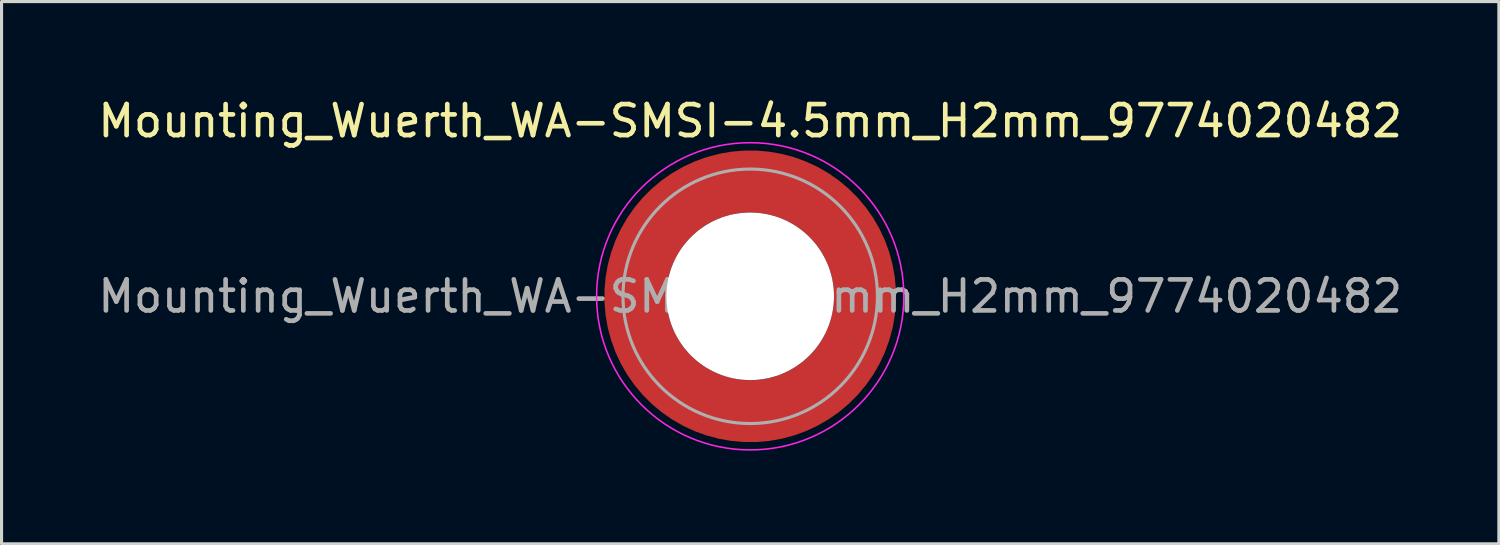
<source format=kicad_pcb>
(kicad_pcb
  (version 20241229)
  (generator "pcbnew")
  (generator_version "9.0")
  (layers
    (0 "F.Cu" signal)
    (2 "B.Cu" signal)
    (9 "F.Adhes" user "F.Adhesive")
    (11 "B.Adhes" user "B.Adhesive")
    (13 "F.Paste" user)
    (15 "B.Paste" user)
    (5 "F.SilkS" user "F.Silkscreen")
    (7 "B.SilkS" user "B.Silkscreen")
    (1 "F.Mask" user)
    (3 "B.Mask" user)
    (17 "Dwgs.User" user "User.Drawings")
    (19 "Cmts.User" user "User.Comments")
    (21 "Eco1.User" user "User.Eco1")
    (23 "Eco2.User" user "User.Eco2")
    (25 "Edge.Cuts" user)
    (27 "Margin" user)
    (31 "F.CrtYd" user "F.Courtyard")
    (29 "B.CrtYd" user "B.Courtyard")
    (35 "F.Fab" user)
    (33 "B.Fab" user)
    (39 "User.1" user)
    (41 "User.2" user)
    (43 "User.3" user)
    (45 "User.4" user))
  (footprint "Mounting_Wuerth_WA-SMSI-4.5mm_H2mm_9774020482"
    (layer "F.Cu")
    (at 21.125 6.498)
    (property "Reference" "Mounting_Wuerth_WA-SMSI-4.5mm_H2mm_9774020482" (at 0 -5.65 0) (layer "F.SilkS") (effects (font (size 1 1) (thickness 0.15))))
    (attr smd allow_soldermask_bridges)
    (fp_circle (center 0 0) (end 4.95 0) (stroke (width 0.05) (type solid)) (fill no) (layer "F.CrtYd"))
    (fp_circle (center 0 0) (end 4.1 0) (stroke (width 0.1) (type solid)) (fill no) (layer "F.Fab"))
    (fp_text user "${REFERENCE}" (at 0 0 0) (layer "F.Fab") (effects (font (size 1 1) (thickness 0.15))))
    (pad "" smd custom (at -2.607 -2.607) (size 0.948 0.948) (layers "F.Paste") (options (anchor circle)) (primitives (gr_arc (start -0.188183 2.107456) (mid 0.599273 0.599273) (end 2.107456 -0.188183) (width 0.2)) (gr_arc (start -0.289416 2.107456) (mid 0.52877 0.52877) (end 2.107456 -0.289416) (width 0.2)) (gr_arc (start -0.390547 2.107456) (mid 0.458268 0.458268) (end 2.107456 -0.390547) (width 0.2)) (gr_arc (start -0.491585 2.107456) (mid 0.387765 0.387765) (end 2.107456 -0.491585) (width 0.2)) (gr_arc (start -0.59254 2.107456) (mid 0.317262 0.317262) (end 2.107456 -0.59254) (width 0.2)) (gr_arc (start -0.693419 2.107456) (mid 0.246759 0.246759) (end 2.107456 -0.693419) (width 0.2)) (gr_arc (start -0.794229 2.107456) (mid 0.176257 0.176257) (end 2.107456 -0.794229) (width 0.2)) (gr_arc (start -0.894975 2.107456) (mid 0.105754 0.105754) (end 2.107456 -0.894975) (width 0.2)) (gr_arc (start -0.995664 2.107456) (mid 0.035251 0.035251) (end 2.107456 -0.995664) (width 0.2)) (gr_arc (start -1.0963 2.107456) (mid -0.035251 -0.035251) (end 2.107456 -1.0963) (width 0.2)) (gr_arc (start -1.196886 2.107456) (mid -0.105754 -0.105754) (end 2.107456 -1.196886) (width 0.2)) (gr_arc (start -1.297427 2.107456) (mid -0.176257 -0.176257) (end 2.107456 -1.297427) (width 0.2)) (gr_arc (start -1.397927 2.107456) (mid -0.246759 -0.246759) (end 2.107456 -1.397927) (width 0.2)) (gr_arc (start -1.498388 2.107456) (mid -0.317262 -0.317262) (end 2.107456 -1.498388) (width 0.2)) (gr_arc (start -1.598813 2.107456) (mid -0.387765 -0.387765) (end 2.107456 -1.598813) (width 0.2)) (gr_arc (start -1.699204 2.107456) (mid -0.458268 -0.458268) (end 2.107456 -1.699204) (width 0.2)) (gr_arc (start -1.799565 2.107456) (mid -0.52877 -0.52877) (end 2.107456 -1.799565) (width 0.2)) (gr_arc (start -1.899896 2.107456) (mid -0.599273 -0.599273) (end 2.107456 -1.899896) (width 0.2)) (gr_arc (start -1.899896 2.107456) (mid -0.599273 -0.599273) (end 2.107456 -1.899896) (width 0.2)) (gr_line (start 2.107 -0.188) (end 2.107 -1.9) (width 0.2)) (gr_line (start -0.188 2.107) (end -1.9 2.107) (width 0.2))))
    (pad "" smd custom (at -2.607 2.607) (size 0.948 0.948) (layers "F.Paste") (options (anchor circle)) (primitives (gr_arc (start 2.107456 0.188183) (mid 0.599273 -0.599273) (end -0.188183 -2.107456) (width 0.2)) (gr_arc (start 2.107456 0.289416) (mid 0.52877 -0.52877) (end -0.289416 -2.107456) (width 0.2)) (gr_arc (start 2.107456 0.390547) (mid 0.458268 -0.458268) (end -0.390547 -2.107456) (width 0.2)) (gr_arc (start 2.107456 0.491585) (mid 0.387765 -0.387765) (end -0.491585 -2.107456) (width 0.2)) (gr_arc (start 2.107456 0.59254) (mid 0.317262 -0.317262) (end -0.59254 -2.107456) (width 0.2)) (gr_arc (start 2.107456 0.693419) (mid 0.246759 -0.246759) (end -0.693419 -2.107456) (width 0.2)) (gr_arc (start 2.107456 0.794229) (mid 0.176257 -0.176257) (end -0.794229 -2.107456) (width 0.2)) (gr_arc (start 2.107456 0.894975) (mid 0.105754 -0.105754) (end -0.894975 -2.107456) (width 0.2)) (gr_arc (start 2.107456 0.995664) (mid 0.035251 -0.035251) (end -0.995664 -2.107456) (width 0.2)) (gr_arc (start 2.107456 1.0963) (mid -0.035251 0.035251) (end -1.0963 -2.107456) (width 0.2)) (gr_arc (start 2.107456 1.196886) (mid -0.105754 0.105754) (end -1.196886 -2.107456) (width 0.2)) (gr_arc (start 2.107456 1.297427) (mid -0.176257 0.176257) (end -1.297427 -2.107456) (width 0.2)) (gr_arc (start 2.107456 1.397927) (mid -0.246759 0.246759) (end -1.397927 -2.107456) (width 0.2)) (gr_arc (start 2.107456 1.498388) (mid -0.317262 0.317262) (end -1.498388 -2.107456) (width 0.2)) (gr_arc (start 2.107456 1.598813) (mid -0.387765 0.387765) (end -1.598813 -2.107456) (width 0.2)) (gr_arc (start 2.107456 1.699204) (mid -0.458268 0.458268) (end -1.699204 -2.107456) (width 0.2)) (gr_arc (start 2.107456 1.799565) (mid -0.52877 0.52877) (end -1.799565 -2.107456) (width 0.2)) (gr_arc (start 2.107456 1.899896) (mid -0.599273 0.599273) (end -1.899896 -2.107456) (width 0.2)) (gr_arc (start 2.107456 1.899896) (mid -0.599273 0.599273) (end -1.899896 -2.107456) (width 0.2)) (gr_line (start -0.188 -2.107) (end -1.9 -2.107) (width 0.2)) (gr_line (start 2.107 0.188) (end 2.107 1.9) (width 0.2))))
    (pad "" np_thru_hole circle (at 0 0) (size 5.4 5.4) (drill 5.4) (layers "*.Cu" "*.Mask"))
    (pad "" smd custom (at 2.607 -2.607) (size 0.948 0.948) (layers "F.Paste") (options (anchor circle)) (primitives (gr_arc (start -2.107456 -0.188183) (mid -0.599273 0.599273) (end 0.188183 2.107456) (width 0.2)) (gr_arc (start -2.107456 -0.289416) (mid -0.52877 0.52877) (end 0.289416 2.107456) (width 0.2)) (gr_arc (start -2.107456 -0.390547) (mid -0.458268 0.458268) (end 0.390547 2.107456) (width 0.2)) (gr_arc (start -2.107456 -0.491585) (mid -0.387765 0.387765) (end 0.491585 2.107456) (width 0.2)) (gr_arc (start -2.107456 -0.59254) (mid -0.317262 0.317262) (end 0.59254 2.107456) (width 0.2)) (gr_arc (start -2.107456 -0.693419) (mid -0.246759 0.246759) (end 0.693419 2.107456) (width 0.2)) (gr_arc (start -2.107456 -0.794229) (mid -0.176257 0.176257) (end 0.794229 2.107456) (width 0.2)) (gr_arc (start -2.107456 -0.894975) (mid -0.105754 0.105754) (end 0.894975 2.107456) (width 0.2)) (gr_arc (start -2.107456 -0.995664) (mid -0.035251 0.035251) (end 0.995664 2.107456) (width 0.2)) (gr_arc (start -2.107456 -1.0963) (mid 0.035251 -0.035251) (end 1.0963 2.107456) (width 0.2)) (gr_arc (start -2.107456 -1.196886) (mid 0.105754 -0.105754) (end 1.196886 2.107456) (width 0.2)) (gr_arc (start -2.107456 -1.297427) (mid 0.176257 -0.176257) (end 1.297427 2.107456) (width 0.2)) (gr_arc (start -2.107456 -1.397927) (mid 0.246759 -0.246759) (end 1.397927 2.107456) (width 0.2)) (gr_arc (start -2.107456 -1.498388) (mid 0.317262 -0.317262) (end 1.498388 2.107456) (width 0.2)) (gr_arc (start -2.107456 -1.598813) (mid 0.387765 -0.387765) (end 1.598813 2.107456) (width 0.2)) (gr_arc (start -2.107456 -1.699204) (mid 0.458268 -0.458268) (end 1.699204 2.107456) (width 0.2)) (gr_arc (start -2.107456 -1.799565) (mid 0.52877 -0.52877) (end 1.799565 2.107456) (width 0.2)) (gr_arc (start -2.107456 -1.899896) (mid 0.599273 -0.599273) (end 1.899896 2.107456) (width 0.2)) (gr_arc (start -2.107456 -1.899896) (mid 0.599273 -0.599273) (end 1.899896 2.107456) (width 0.2)) (gr_line (start 0.188 2.107) (end 1.9 2.107) (width 0.2)) (gr_line (start -2.107 -0.188) (end -2.107 -1.9) (width 0.2))))
    (pad "" smd custom (at 2.607 2.607) (size 0.948 0.948) (layers "F.Paste") (options (anchor circle)) (primitives (gr_arc (start 0.188183 -2.107456) (mid -0.599273 -0.599273) (end -2.107456 0.188183) (width 0.2)) (gr_arc (start 0.289416 -2.107456) (mid -0.52877 -0.52877) (end -2.107456 0.289416) (width 0.2)) (gr_arc (start 0.390547 -2.107456) (mid -0.458268 -0.458268) (end -2.107456 0.390547) (width 0.2)) (gr_arc (start 0.491585 -2.107456) (mid -0.387765 -0.387765) (end -2.107456 0.491585) (width 0.2)) (gr_arc (start 0.59254 -2.107456) (mid -0.317262 -0.317262) (end -2.107456 0.59254) (width 0.2)) (gr_arc (start 0.693419 -2.107456) (mid -0.246759 -0.246759) (end -2.107456 0.693419) (width 0.2)) (gr_arc (start 0.794229 -2.107456) (mid -0.176257 -0.176257) (end -2.107456 0.794229) (width 0.2)) (gr_arc (start 0.894975 -2.107456) (mid -0.105754 -0.105754) (end -2.107456 0.894975) (width 0.2)) (gr_arc (start 0.995664 -2.107456) (mid -0.035251 -0.035251) (end -2.107456 0.995664) (width 0.2)) (gr_arc (start 1.0963 -2.107456) (mid 0.035251 0.035251) (end -2.107456 1.0963) (width 0.2)) (gr_arc (start 1.196886 -2.107456) (mid 0.105754 0.105754) (end -2.107456 1.196886) (width 0.2)) (gr_arc (start 1.297427 -2.107456) (mid 0.176257 0.176257) (end -2.107456 1.297427) (width 0.2)) (gr_arc (start 1.397927 -2.107456) (mid 0.246759 0.246759) (end -2.107456 1.397927) (width 0.2)) (gr_arc (start 1.498388 -2.107456) (mid 0.317262 0.317262) (end -2.107456 1.498388) (width 0.2)) (gr_arc (start 1.598813 -2.107456) (mid 0.387765 0.387765) (end -2.107456 1.598813) (width 0.2)) (gr_arc (start 1.699204 -2.107456) (mid 0.458268 0.458268) (end -2.107456 1.699204) (width 0.2)) (gr_arc (start 1.799565 -2.107456) (mid 0.52877 0.52877) (end -2.107456 1.799565) (width 0.2)) (gr_arc (start 1.899896 -2.107456) (mid 0.599273 0.599273) (end -2.107456 1.899896) (width 0.2)) (gr_arc (start 1.899896 -2.107456) (mid 0.599273 0.599273) (end -2.107456 1.899896) (width 0.2)) (gr_line (start -2.107 0.188) (end -2.107 1.9) (width 0.2)) (gr_line (start 0.188 -2.107) (end 1.9 -2.107) (width 0.2))))
    (pad "1" smd circle (at -3.7 0) (size 1.492 1.492) (layers "F.Cu"))
    (pad "1" smd circle (at 0 -3.7) (size 1.492 1.492) (layers "F.Cu"))
    (pad "1" smd circle (at 0 3.7) (size 1.492 1.492) (layers "F.Cu"))
    (pad "1" smd custom (at 3.7 0) (size 2 2) (layers "F.Cu" "F.Mask") (options (anchor circle)) (primitives (gr_circle (center -3.7 0) (end 0 0) (width 2) (fill no)))))
  (gr_rect
    (start -3 -3)
    (end 45.25 14.473)
    (stroke (width 0.1) (type default))
    (fill no)
    (layer "Edge.Cuts")))
</source>
